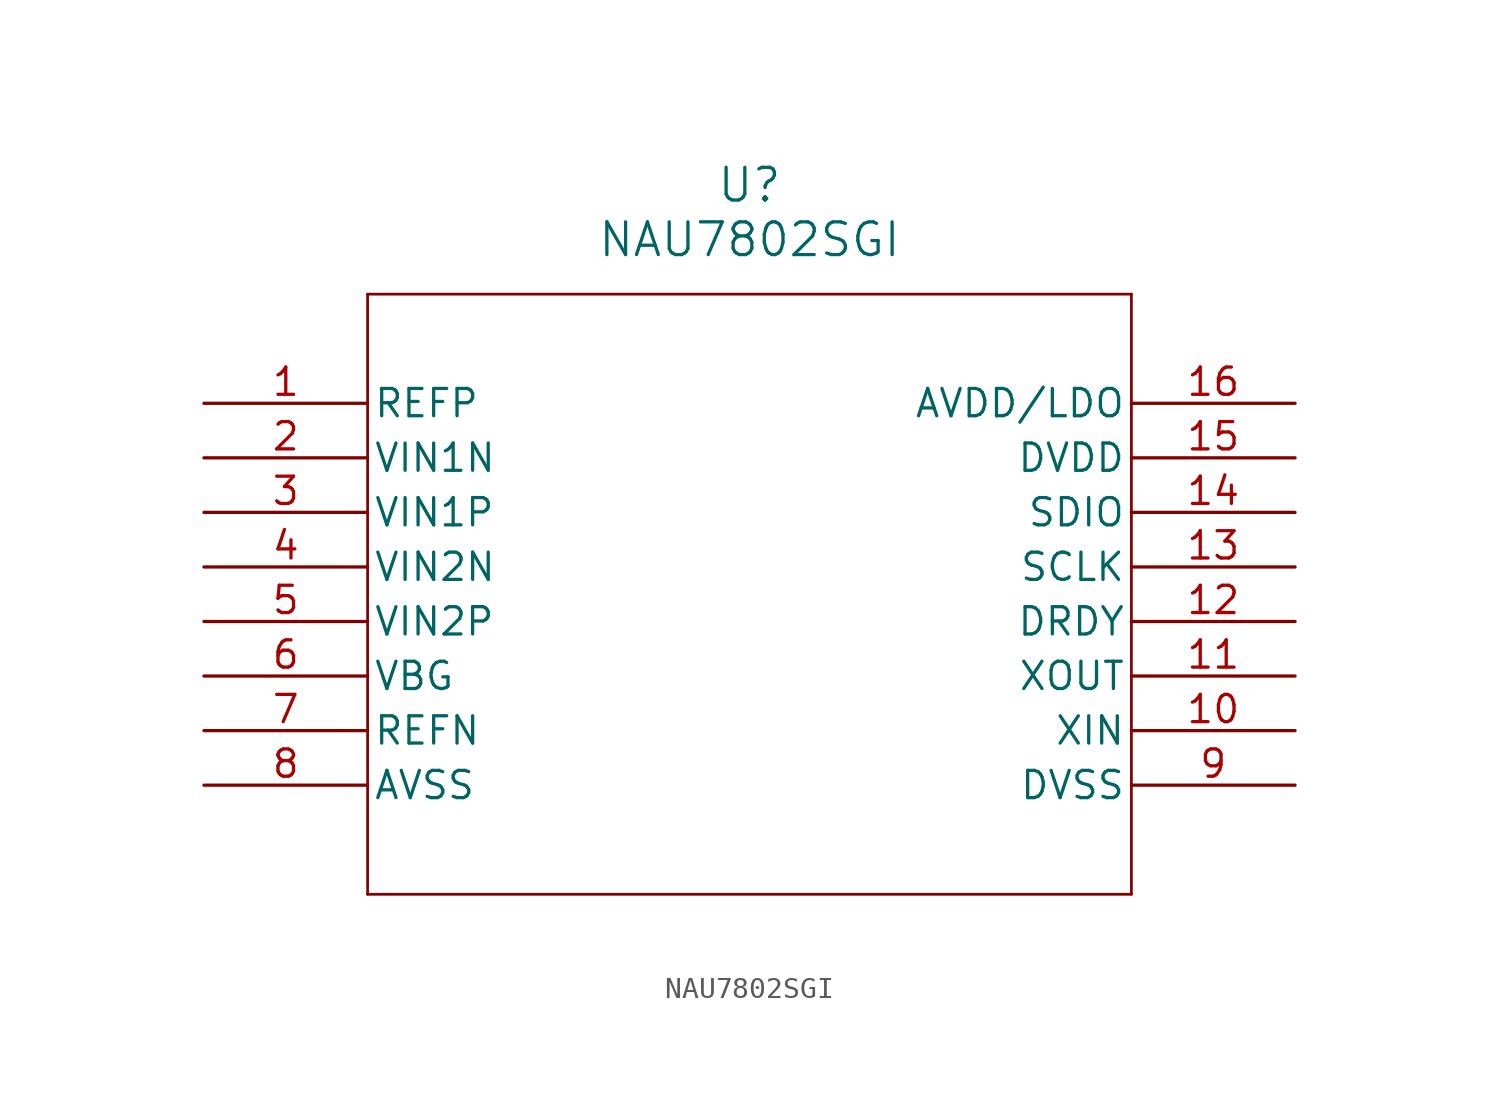
<source format=kicad_sym>
(kicad_symbol_lib
  (version 20220914)
  (generator kicad_symbol_editor)
  (symbol "NAU7802SGI"
    (pin_names
      (offset 0.254))
    (property "Reference" "U"
      (at 25.4 10.16 0)
      (effects (font (size 1.524 1.524))))
    (property "Value" "NAU7802SGI"
      (at 25.4 7.62 0)
      (effects (font (size 1.524 1.524))))
    (property "ki_locked" ""
      (at 0 0 0)
      (effects (font (size 1.27 1.27))))
    (symbol "NAU7802SGI_0_1"
      (polyline (pts (xy 7.62 -22.86) (xy 43.18 -22.86)) (stroke (width 0.127) (type default)) (fill (type none)))
      (polyline (pts (xy 7.62 5.08) (xy 7.62 -22.86)) (stroke (width 0.127) (type default)) (fill (type none)))
      (polyline (pts (xy 43.18 -22.86) (xy 43.18 5.08)) (stroke (width 0.127) (type default)) (fill (type none)))
      (polyline (pts (xy 43.18 5.08) (xy 7.62 5.08)) (stroke (width 0.127) (type default)) (fill (type none)))
      (pin unspecified line (at 0 0 0) (length 7.62) (name "REFP" (effects (font (size 1.27 1.27)))) (number "1" (effects (font (size 1.27 1.27)))))
      (pin unspecified line (at 50.8 -15.24 180) (length 7.62) (name "XIN" (effects (font (size 1.27 1.27)))) (number "10" (effects (font (size 1.27 1.27)))))
      (pin output line (at 50.8 -12.7 180) (length 7.62) (name "XOUT" (effects (font (size 1.27 1.27)))) (number "11" (effects (font (size 1.27 1.27)))))
      (pin unspecified line (at 50.8 -10.16 180) (length 7.62) (name "DRDY" (effects (font (size 1.27 1.27)))) (number "12" (effects (font (size 1.27 1.27)))))
      (pin unspecified line (at 50.8 -7.62 180) (length 7.62) (name "SCLK" (effects (font (size 1.27 1.27)))) (number "13" (effects (font (size 1.27 1.27)))))
      (pin unspecified line (at 50.8 -5.08 180) (length 7.62) (name "SDIO" (effects (font (size 1.27 1.27)))) (number "14" (effects (font (size 1.27 1.27)))))
      (pin power_in line (at 50.8 -2.54 180) (length 7.62) (name "DVDD" (effects (font (size 1.27 1.27)))) (number "15" (effects (font (size 1.27 1.27)))))
      (pin power_in line (at 50.8 0 180) (length 7.62) (name "AVDD/LDO" (effects (font (size 1.27 1.27)))) (number "16" (effects (font (size 1.27 1.27)))))
      (pin input line (at 0 -2.54 0) (length 7.62) (name "VIN1N" (effects (font (size 1.27 1.27)))) (number "2" (effects (font (size 1.27 1.27)))))
      (pin input line (at 0 -5.08 0) (length 7.62) (name "VIN1P" (effects (font (size 1.27 1.27)))) (number "3" (effects (font (size 1.27 1.27)))))
      (pin input line (at 0 -7.62 0) (length 7.62) (name "VIN2N" (effects (font (size 1.27 1.27)))) (number "4" (effects (font (size 1.27 1.27)))))
      (pin input line (at 0 -10.16 0) (length 7.62) (name "VIN2P" (effects (font (size 1.27 1.27)))) (number "5" (effects (font (size 1.27 1.27)))))
      (pin unspecified line (at 0 -12.7 0) (length 7.62) (name "VBG" (effects (font (size 1.27 1.27)))) (number "6" (effects (font (size 1.27 1.27)))))
      (pin unspecified line (at 0 -15.24 0) (length 7.62) (name "REFN" (effects (font (size 1.27 1.27)))) (number "7" (effects (font (size 1.27 1.27))))))
    (symbol "NAU7802SGI_1_1"
      (pin power_in line (at 0 -17.78 0) (length 7.62) (name "AVSS" (effects (font (size 1.27 1.27)))) (number "8" (effects (font (size 1.27 1.27)))))
      (pin power_in line (at 50.8 -17.78 180) (length 7.62) (name "DVSS" (effects (font (size 1.27 1.27)))) (number "9" (effects (font (size 1.27 1.27))))))))
</source>
